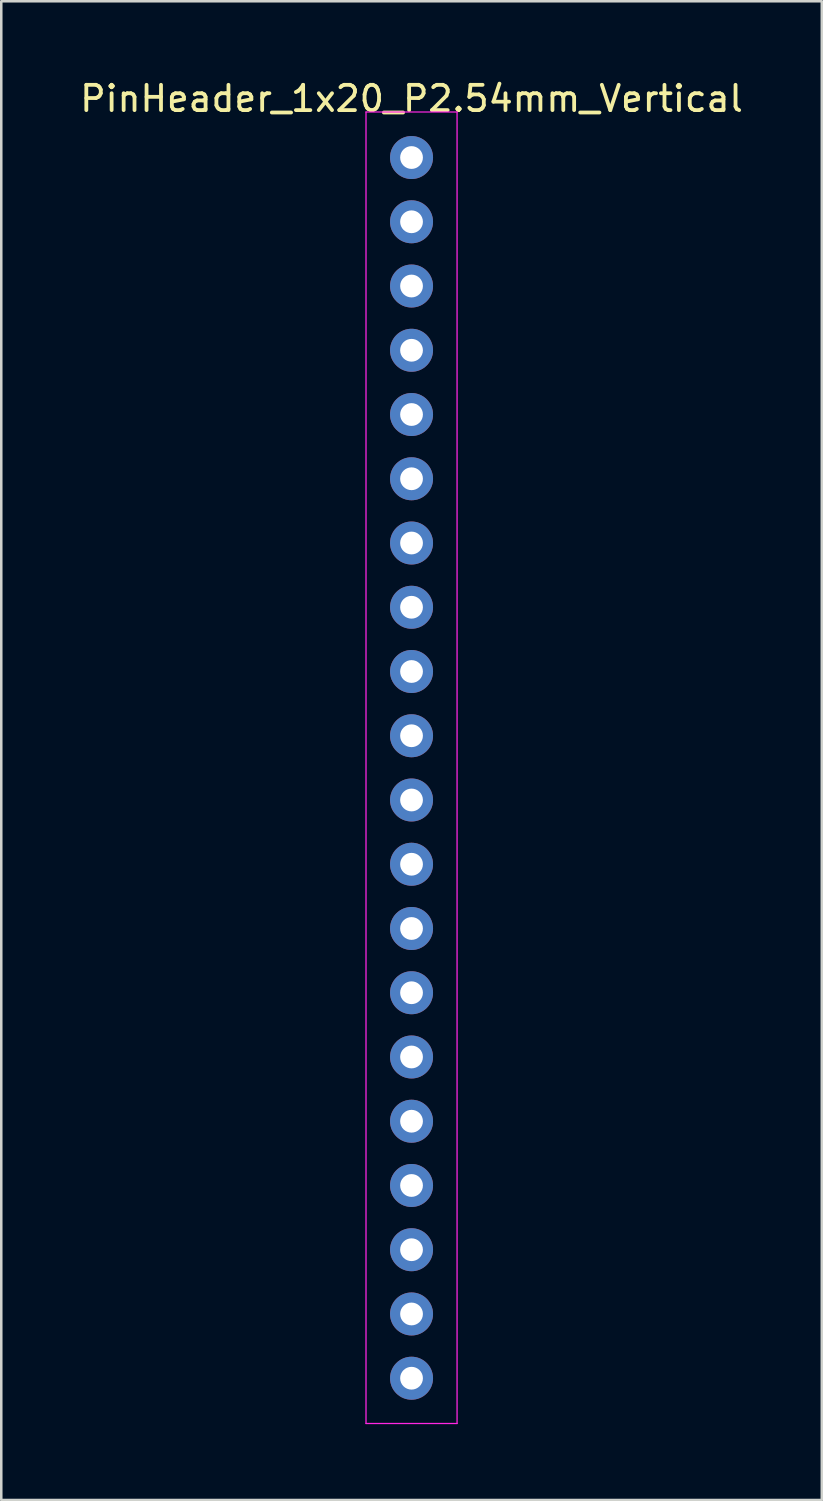
<source format=kicad_pcb>
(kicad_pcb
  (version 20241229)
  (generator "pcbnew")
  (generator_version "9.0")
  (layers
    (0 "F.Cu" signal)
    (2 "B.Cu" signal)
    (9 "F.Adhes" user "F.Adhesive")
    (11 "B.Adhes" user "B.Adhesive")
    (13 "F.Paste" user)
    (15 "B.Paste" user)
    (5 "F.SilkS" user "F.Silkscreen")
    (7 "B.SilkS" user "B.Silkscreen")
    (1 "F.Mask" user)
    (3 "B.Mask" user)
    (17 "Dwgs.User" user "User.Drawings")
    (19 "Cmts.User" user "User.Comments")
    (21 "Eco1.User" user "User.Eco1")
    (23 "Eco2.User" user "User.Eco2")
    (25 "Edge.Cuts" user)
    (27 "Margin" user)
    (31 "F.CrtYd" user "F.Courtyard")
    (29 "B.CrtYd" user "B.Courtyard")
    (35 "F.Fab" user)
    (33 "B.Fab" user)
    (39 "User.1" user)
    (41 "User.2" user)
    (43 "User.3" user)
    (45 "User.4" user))
  (footprint "PinHeader_1x20_P2.54mm_Vertical"
    (layer "F.Cu")
    (at 13.22 3.178)
    (property "Reference" "PinHeader_1x20_P2.54mm_Vertical" (at 0 -2.33 0) (layer "F.SilkS") (effects (font (size 1 1) (thickness 0.15))))
    (attr through_hole)
    (fp_line (start -1.8 -1.8) (end -1.8 50.05) (stroke (width 0.05) (type solid)) (layer "F.CrtYd"))
    (fp_line (start -1.8 50.05) (end 1.8 50.05) (stroke (width 0.05) (type solid)) (layer "F.CrtYd"))
    (fp_line (start 1.8 -1.8) (end -1.8 -1.8) (stroke (width 0.05) (type solid)) (layer "F.CrtYd"))
    (fp_line (start 1.8 50.05) (end 1.8 -1.8) (stroke (width 0.05) (type solid)) (layer "F.CrtYd"))
    (pad "1" thru_hole circle (at 0 0) (size 1.7 1.7) (drill 0.9) (layers "*.Cu" "*.Mask"))
    (pad "2" thru_hole circle (at 0 2.54) (size 1.7 1.7) (drill 0.9) (layers "*.Cu" "*.Mask"))
    (pad "3" thru_hole circle (at 0 5.08) (size 1.7 1.7) (drill 0.9) (layers "*.Cu" "*.Mask"))
    (pad "4" thru_hole circle (at 0 7.62) (size 1.7 1.7) (drill 0.9) (layers "*.Cu" "*.Mask"))
    (pad "5" thru_hole circle (at 0 10.16) (size 1.7 1.7) (drill 0.9) (layers "*.Cu" "*.Mask"))
    (pad "6" thru_hole circle (at 0 12.7) (size 1.7 1.7) (drill 0.9) (layers "*.Cu" "*.Mask"))
    (pad "7" thru_hole circle (at 0 15.24) (size 1.7 1.7) (drill 0.9) (layers "*.Cu" "*.Mask"))
    (pad "8" thru_hole circle (at 0 17.78) (size 1.7 1.7) (drill 0.9) (layers "*.Cu" "*.Mask"))
    (pad "9" thru_hole circle (at 0 20.32) (size 1.7 1.7) (drill 0.9) (layers "*.Cu" "*.Mask"))
    (pad "10" thru_hole circle (at 0 22.86) (size 1.7 1.7) (drill 0.9) (layers "*.Cu" "*.Mask"))
    (pad "11" thru_hole circle (at 0 25.4) (size 1.7 1.7) (drill 0.9) (layers "*.Cu" "*.Mask"))
    (pad "12" thru_hole circle (at 0 27.94) (size 1.7 1.7) (drill 0.9) (layers "*.Cu" "*.Mask"))
    (pad "13" thru_hole circle (at 0 30.48) (size 1.7 1.7) (drill 0.9) (layers "*.Cu" "*.Mask"))
    (pad "14" thru_hole circle (at 0 33.02) (size 1.7 1.7) (drill 0.9) (layers "*.Cu" "*.Mask"))
    (pad "15" thru_hole circle (at 0 35.56) (size 1.7 1.7) (drill 0.9) (layers "*.Cu" "*.Mask"))
    (pad "16" thru_hole circle (at 0 38.1) (size 1.7 1.7) (drill 0.9) (layers "*.Cu" "*.Mask"))
    (pad "17" thru_hole circle (at 0 40.64) (size 1.7 1.7) (drill 0.9) (layers "*.Cu" "*.Mask"))
    (pad "18" thru_hole circle (at 0 43.18) (size 1.7 1.7) (drill 0.9) (layers "*.Cu" "*.Mask"))
    (pad "19" thru_hole circle (at 0 45.72) (size 1.7 1.7) (drill 0.9) (layers "*.Cu" "*.Mask"))
    (pad "20" thru_hole circle (at 0 48.26) (size 1.7 1.7) (drill 0.9) (layers "*.Cu" "*.Mask")))
  (gr_rect
    (start -3 -3)
    (end 29.44 56.253)
    (stroke (width 0.1) (type default))
    (fill no)
    (layer "Edge.Cuts")))
</source>
